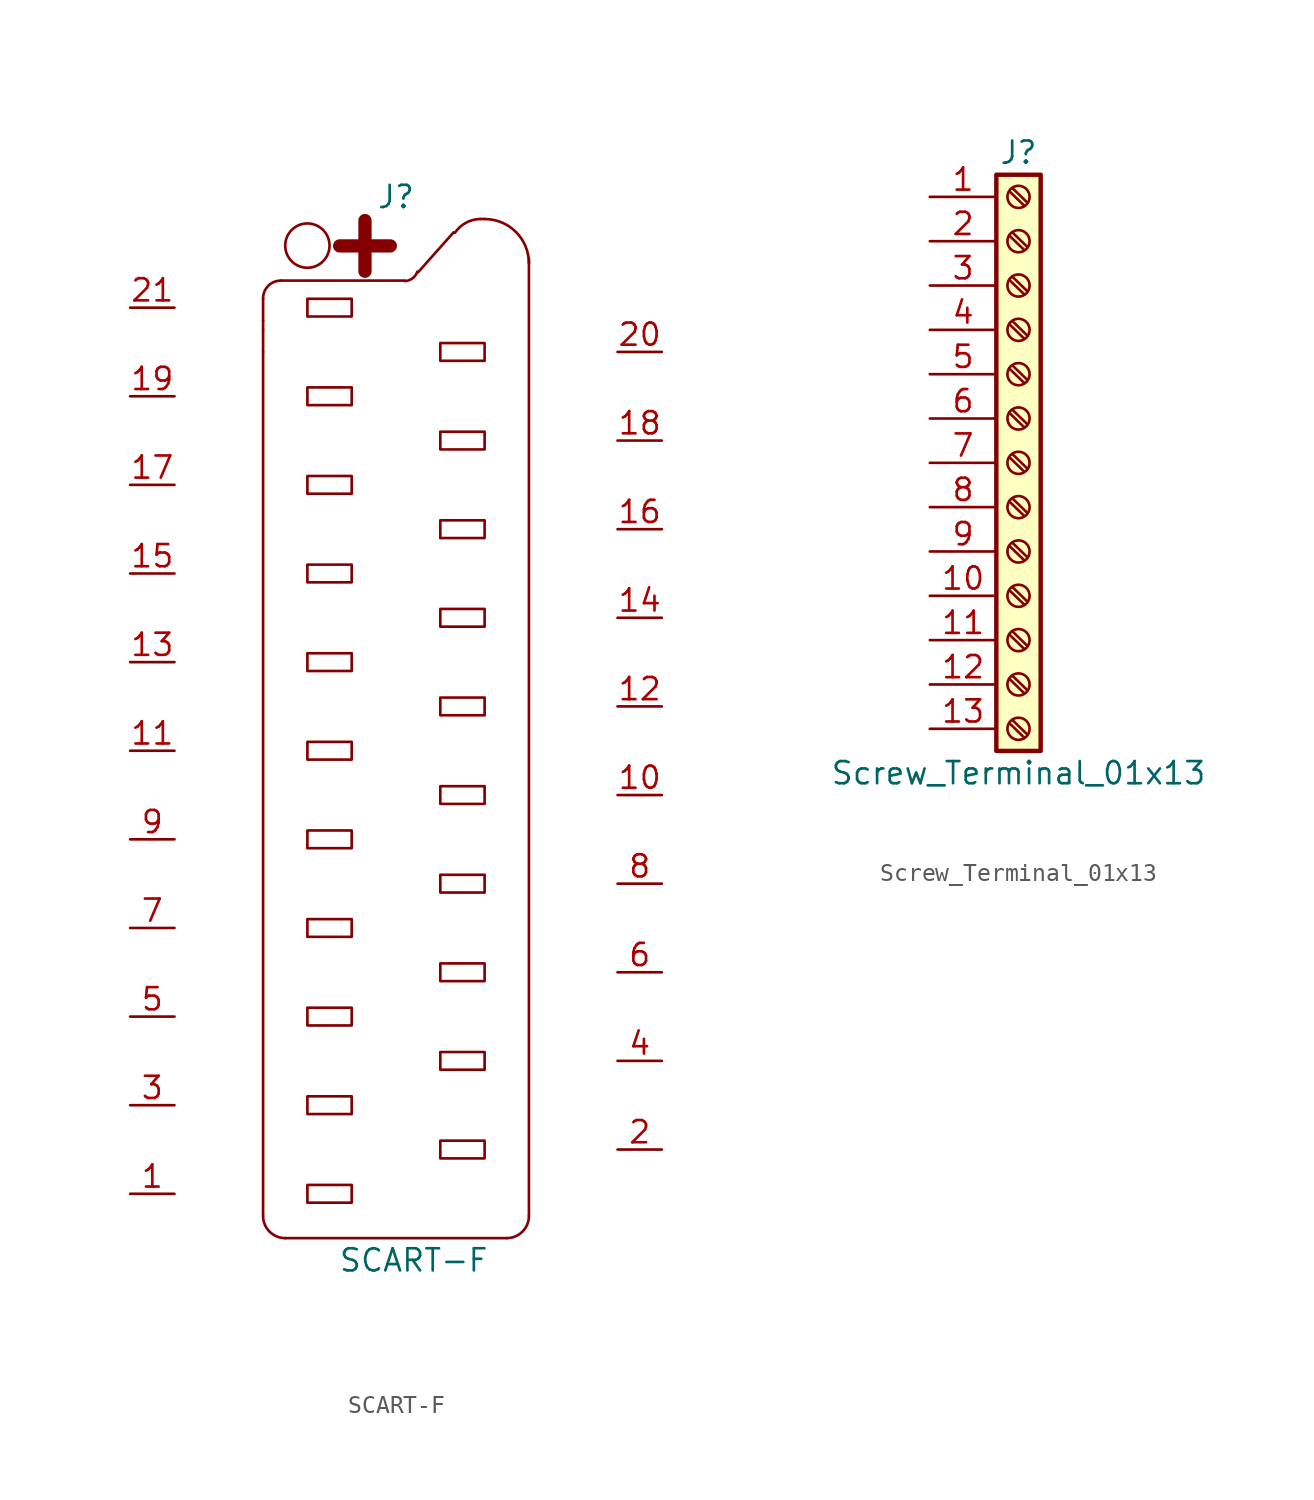
<source format=kicad_sym>
(kicad_symbol_lib
  (version 20201005)
  (generator kicad_symbol_editor)
  (symbol "SCART-F"
    (pin_names
      (offset 0.762) hide)
    (property "Reference" "J"
      (at 0 31.75 0)
      (effects (font (size 1.27 1.27))))
    (property "Value" "SCART-F"
      (at 1.016 -29.21 0)
      (effects (font (size 1.27 1.27))))
    (symbol "SCART-F_0_1"
      (arc (start -6.604 26.9494) (end -7.62 25.9334) (radius (at -6.604 25.9334) (length 1.016) (angles 89.9 -179.9)) (stroke (width 0)) (fill (type none)))
      (arc (start -7.62 -26.67) (end -6.35 -27.94) (radius (at -6.35 -26.67) (length 1.27) (angles 179.9 -89.9)) (stroke (width 0)) (fill (type none)))
      (arc (start 0.508 26.924) (end 1.2192 27.4574) (radius (at 0.508 27.686) (length 0.762) (angles -90.1 -18.3)) (stroke (width 0)) (fill (type none)))
      (arc (start 4.826 30.48) (end 3.3782 29.6926) (radius (at 4.826 28.7274) (length 1.7526) (angles 89.9 146.4)) (stroke (width 0)) (fill (type none)))
      (arc (start 7.62 27.94) (end 5.08 30.48) (radius (at 5.08 27.94) (length 2.54) (angles -0.1 90.1)) (stroke (width 0)) (fill (type none)))
      (arc (start 6.35 -27.94) (end 7.62 -26.67) (radius (at 6.35 -26.67) (length 1.27) (angles -90.1 0.1)) (stroke (width 0)) (fill (type none)))
      (circle (center -5.08 28.956) (radius 1.27) (stroke (width 0)) (fill (type none)))
      (text "+" (at -1.778 29.21 0) (effects (font (size 3.81 3.81) bold)))
      (rectangle (start -5.08 -24.892) (end -2.54 -25.908) (stroke (width 0)) (fill (type none)))
      (rectangle (start -5.08 -19.812) (end -2.54 -20.828) (stroke (width 0)) (fill (type none)))
      (rectangle (start -5.08 -14.732) (end -2.54 -15.748) (stroke (width 0)) (fill (type none)))
      (rectangle (start -5.08 -9.652) (end -2.54 -10.668) (stroke (width 0)) (fill (type none)))
      (rectangle (start -5.08 -4.572) (end -2.54 -5.588) (stroke (width 0)) (fill (type none)))
      (rectangle (start -5.08 0.508) (end -2.54 -0.508) (stroke (width 0)) (fill (type none)))
      (rectangle (start -5.08 5.588) (end -2.54 4.572) (stroke (width 0)) (fill (type none)))
      (rectangle (start -5.08 10.668) (end -2.54 9.652) (stroke (width 0)) (fill (type none)))
      (rectangle (start -5.08 15.748) (end -2.54 14.732) (stroke (width 0)) (fill (type none)))
      (rectangle (start -5.08 20.828) (end -2.54 19.812) (stroke (width 0)) (fill (type none)))
      (rectangle (start -5.08 25.908) (end -2.54 24.892) (stroke (width 0)) (fill (type none)))
      (rectangle (start 2.54 -22.352) (end 5.08 -23.368) (stroke (width 0)) (fill (type none)))
      (rectangle (start 2.54 -17.272) (end 5.08 -18.288) (stroke (width 0)) (fill (type none)))
      (rectangle (start 2.54 -12.192) (end 5.08 -13.208) (stroke (width 0)) (fill (type none)))
      (rectangle (start 2.54 -7.112) (end 5.08 -8.128) (stroke (width 0)) (fill (type none)))
      (rectangle (start 2.54 -2.032) (end 5.08 -3.048) (stroke (width 0)) (fill (type none)))
      (rectangle (start 2.54 3.048) (end 5.08 2.032) (stroke (width 0)) (fill (type none)))
      (rectangle (start 2.54 8.128) (end 5.08 7.112) (stroke (width 0)) (fill (type none)))
      (rectangle (start 2.54 13.208) (end 5.08 12.192) (stroke (width 0)) (fill (type none)))
      (rectangle (start 2.54 18.288) (end 5.08 17.272) (stroke (width 0)) (fill (type none)))
      (rectangle (start 2.54 23.368) (end 5.08 22.352) (stroke (width 0)) (fill (type none)))
      (polyline (pts (xy -7.62 22.86) (xy -7.62 -26.67)) (stroke (width 0)) (fill (type none)))
      (polyline (pts (xy -7.62 22.86) (xy -7.62 24.13)) (stroke (width 0)) (fill (type none)))
      (polyline (pts (xy -7.62 24.663) (xy -7.62 24.13)) (stroke (width 0)) (fill (type none)))
      (polyline (pts (xy -7.62 24.663) (xy -7.62 25.933)) (stroke (width 0)) (fill (type none)))
      (polyline (pts (xy -6.604 26.949) (xy 0.508 26.949)) (stroke (width 0)) (fill (type none)))
      (polyline (pts (xy -6.35 -27.94) (xy 6.35 -27.94)) (stroke (width 0)) (fill (type none)))
      (polyline (pts (xy 3.302 29.718) (xy 1.27 27.432)) (stroke (width 0)) (fill (type none)))
      (polyline (pts (xy 4.826 30.48) (xy 5.08 30.48)) (stroke (width 0)) (fill (type none)))
      (polyline (pts (xy 7.62 -26.67) (xy 7.62 28.219)) (stroke (width 0)) (fill (type none))))
    (symbol "SCART-F_1_1"
      (pin passive line (at -15.24 -25.4 0) (length 2.54) (name "P1" (effects (font (size 1.27 1.27)))) (number "1" (effects (font (size 1.27 1.27)))))
      (pin passive line (at 15.24 -2.54 180) (length 2.54) (name "P10" (effects (font (size 1.27 1.27)))) (number "10" (effects (font (size 1.27 1.27)))))
      (pin passive line (at -15.24 0 0) (length 2.54) (name "P11" (effects (font (size 1.27 1.27)))) (number "11" (effects (font (size 1.27 1.27)))))
      (pin passive line (at 15.24 2.54 180) (length 2.54) (name "P12" (effects (font (size 1.27 1.27)))) (number "12" (effects (font (size 1.27 1.27)))))
      (pin passive line (at -15.24 5.08 0) (length 2.54) (name "P13" (effects (font (size 1.27 1.27)))) (number "13" (effects (font (size 1.27 1.27)))))
      (pin passive line (at 15.24 7.62 180) (length 2.54) (name "P14" (effects (font (size 1.27 1.27)))) (number "14" (effects (font (size 1.27 1.27)))))
      (pin passive line (at -15.24 10.16 0) (length 2.54) (name "P15" (effects (font (size 1.27 1.27)))) (number "15" (effects (font (size 1.27 1.27)))))
      (pin passive line (at 15.24 12.7 180) (length 2.54) (name "P16" (effects (font (size 1.27 1.27)))) (number "16" (effects (font (size 1.27 1.27)))))
      (pin passive line (at -15.24 15.24 0) (length 2.54) (name "P17" (effects (font (size 1.27 1.27)))) (number "17" (effects (font (size 1.27 1.27)))))
      (pin passive line (at 15.24 17.78 180) (length 2.54) (name "P18" (effects (font (size 1.27 1.27)))) (number "18" (effects (font (size 1.27 1.27)))))
      (pin passive line (at -15.24 20.32 0) (length 2.54) (name "P19" (effects (font (size 1.27 1.27)))) (number "19" (effects (font (size 1.27 1.27)))))
      (pin passive line (at 15.24 -22.86 180) (length 2.54) (name "P2" (effects (font (size 1.27 1.27)))) (number "2" (effects (font (size 1.27 1.27)))))
      (pin passive line (at 15.24 22.86 180) (length 2.54) (name "P20" (effects (font (size 1.27 1.27)))) (number "20" (effects (font (size 1.27 1.27)))))
      (pin passive line (at -15.24 25.4 0) (length 2.54) (name "P21" (effects (font (size 1.27 1.27)))) (number "21" (effects (font (size 1.27 1.27)))))
      (pin passive line (at -15.24 -20.32 0) (length 2.54) (name "P3" (effects (font (size 1.27 1.27)))) (number "3" (effects (font (size 1.27 1.27)))))
      (pin passive line (at 15.24 -17.78 180) (length 2.54) (name "P4" (effects (font (size 1.27 1.27)))) (number "4" (effects (font (size 1.27 1.27)))))
      (pin passive line (at -15.24 -15.24 0) (length 2.54) (name "P5" (effects (font (size 1.27 1.27)))) (number "5" (effects (font (size 1.27 1.27)))))
      (pin passive line (at 15.24 -12.7 180) (length 2.54) (name "P6" (effects (font (size 1.27 1.27)))) (number "6" (effects (font (size 1.27 1.27)))))
      (pin passive line (at -15.24 -10.16 0) (length 2.54) (name "P7" (effects (font (size 1.27 1.27)))) (number "7" (effects (font (size 1.27 1.27)))))
      (pin passive line (at 15.24 -7.62 180) (length 2.54) (name "P8" (effects (font (size 1.27 1.27)))) (number "8" (effects (font (size 1.27 1.27)))))
      (pin passive line (at -15.24 -5.08 0) (length 2.54) (name "P9" (effects (font (size 1.27 1.27)))) (number "9" (effects (font (size 1.27 1.27)))))))
  (symbol "Screw_Terminal_01x13"
    (pin_names
      (offset 1.016) hide)
    (property "Reference" "J"
      (at 0 17.78 0)
      (effects (font (size 1.27 1.27))))
    (property "Value" "Screw_Terminal_01x13"
      (at 0 -17.78 0)
      (effects (font (size 1.27 1.27))))
    (symbol "Screw_Terminal_01x13_1_1"
      (circle (center 0 -15.24) (radius 0.635) (stroke (width 0.152)) (fill (type none)))
      (circle (center 0 -12.7) (radius 0.635) (stroke (width 0.152)) (fill (type none)))
      (circle (center 0 -10.16) (radius 0.635) (stroke (width 0.152)) (fill (type none)))
      (circle (center 0 -7.62) (radius 0.635) (stroke (width 0.152)) (fill (type none)))
      (circle (center 0 -5.08) (radius 0.635) (stroke (width 0.152)) (fill (type none)))
      (circle (center 0 -2.54) (radius 0.635) (stroke (width 0.152)) (fill (type none)))
      (circle (center 0 0) (radius 0.635) (stroke (width 0.152)) (fill (type none)))
      (circle (center 0 2.54) (radius 0.635) (stroke (width 0.152)) (fill (type none)))
      (circle (center 0 5.08) (radius 0.635) (stroke (width 0.152)) (fill (type none)))
      (circle (center 0 7.62) (radius 0.635) (stroke (width 0.152)) (fill (type none)))
      (circle (center 0 10.16) (radius 0.635) (stroke (width 0.152)) (fill (type none)))
      (circle (center 0 12.7) (radius 0.635) (stroke (width 0.152)) (fill (type none)))
      (circle (center 0 15.24) (radius 0.635) (stroke (width 0.152)) (fill (type none)))
      (rectangle (start -1.27 16.51) (end 1.27 -16.51) (stroke (width 0.254)) (fill (type background)))
      (polyline (pts (xy -0.533 -14.91) (xy 0.33 -15.748)) (stroke (width 0.152)) (fill (type none)))
      (polyline (pts (xy -0.533 -12.37) (xy 0.33 -13.208)) (stroke (width 0.152)) (fill (type none)))
      (polyline (pts (xy -0.533 -9.83) (xy 0.33 -10.668)) (stroke (width 0.152)) (fill (type none)))
      (polyline (pts (xy -0.533 -7.29) (xy 0.33 -8.128)) (stroke (width 0.152)) (fill (type none)))
      (polyline (pts (xy -0.533 -4.75) (xy 0.33 -5.588)) (stroke (width 0.152)) (fill (type none)))
      (polyline (pts (xy -0.533 -2.21) (xy 0.33 -3.048)) (stroke (width 0.152)) (fill (type none)))
      (polyline (pts (xy -0.533 0.33) (xy 0.33 -0.508)) (stroke (width 0.152)) (fill (type none)))
      (polyline (pts (xy -0.533 2.87) (xy 0.33 2.032)) (stroke (width 0.152)) (fill (type none)))
      (polyline (pts (xy -0.533 5.41) (xy 0.33 4.572)) (stroke (width 0.152)) (fill (type none)))
      (polyline (pts (xy -0.533 7.95) (xy 0.33 7.112)) (stroke (width 0.152)) (fill (type none)))
      (polyline (pts (xy -0.533 10.49) (xy 0.33 9.652)) (stroke (width 0.152)) (fill (type none)))
      (polyline (pts (xy -0.533 13.03) (xy 0.33 12.192)) (stroke (width 0.152)) (fill (type none)))
      (polyline (pts (xy -0.533 15.57) (xy 0.33 14.732)) (stroke (width 0.152)) (fill (type none)))
      (polyline (pts (xy -0.356 -14.732) (xy 0.508 -15.57)) (stroke (width 0.152)) (fill (type none)))
      (polyline (pts (xy -0.356 -12.192) (xy 0.508 -13.03)) (stroke (width 0.152)) (fill (type none)))
      (polyline (pts (xy -0.356 -9.652) (xy 0.508 -10.49)) (stroke (width 0.152)) (fill (type none)))
      (polyline (pts (xy -0.356 -7.112) (xy 0.508 -7.95)) (stroke (width 0.152)) (fill (type none)))
      (polyline (pts (xy -0.356 -4.572) (xy 0.508 -5.41)) (stroke (width 0.152)) (fill (type none)))
      (polyline (pts (xy -0.356 -2.032) (xy 0.508 -2.87)) (stroke (width 0.152)) (fill (type none)))
      (polyline (pts (xy -0.356 0.508) (xy 0.508 -0.33)) (stroke (width 0.152)) (fill (type none)))
      (polyline (pts (xy -0.356 3.048) (xy 0.508 2.21)) (stroke (width 0.152)) (fill (type none)))
      (polyline (pts (xy -0.356 5.588) (xy 0.508 4.75)) (stroke (width 0.152)) (fill (type none)))
      (polyline (pts (xy -0.356 8.128) (xy 0.508 7.29)) (stroke (width 0.152)) (fill (type none)))
      (polyline (pts (xy -0.356 10.668) (xy 0.508 9.83)) (stroke (width 0.152)) (fill (type none)))
      (polyline (pts (xy -0.356 13.208) (xy 0.508 12.37)) (stroke (width 0.152)) (fill (type none)))
      (polyline (pts (xy -0.356 15.748) (xy 0.508 14.91)) (stroke (width 0.152)) (fill (type none)))
      (pin passive line (at -5.08 15.24 0) (length 3.81) (name "Pin_1" (effects (font (size 1.27 1.27)))) (number "1" (effects (font (size 1.27 1.27)))))
      (pin passive line (at -5.08 -7.62 0) (length 3.81) (name "Pin_10" (effects (font (size 1.27 1.27)))) (number "10" (effects (font (size 1.27 1.27)))))
      (pin passive line (at -5.08 -10.16 0) (length 3.81) (name "Pin_11" (effects (font (size 1.27 1.27)))) (number "11" (effects (font (size 1.27 1.27)))))
      (pin passive line (at -5.08 -12.7 0) (length 3.81) (name "Pin_12" (effects (font (size 1.27 1.27)))) (number "12" (effects (font (size 1.27 1.27)))))
      (pin passive line (at -5.08 -15.24 0) (length 3.81) (name "Pin_13" (effects (font (size 1.27 1.27)))) (number "13" (effects (font (size 1.27 1.27)))))
      (pin passive line (at -5.08 12.7 0) (length 3.81) (name "Pin_2" (effects (font (size 1.27 1.27)))) (number "2" (effects (font (size 1.27 1.27)))))
      (pin passive line (at -5.08 10.16 0) (length 3.81) (name "Pin_3" (effects (font (size 1.27 1.27)))) (number "3" (effects (font (size 1.27 1.27)))))
      (pin passive line (at -5.08 7.62 0) (length 3.81) (name "Pin_4" (effects (font (size 1.27 1.27)))) (number "4" (effects (font (size 1.27 1.27)))))
      (pin passive line (at -5.08 5.08 0) (length 3.81) (name "Pin_5" (effects (font (size 1.27 1.27)))) (number "5" (effects (font (size 1.27 1.27)))))
      (pin passive line (at -5.08 2.54 0) (length 3.81) (name "Pin_6" (effects (font (size 1.27 1.27)))) (number "6" (effects (font (size 1.27 1.27)))))
      (pin passive line (at -5.08 0 0) (length 3.81) (name "Pin_7" (effects (font (size 1.27 1.27)))) (number "7" (effects (font (size 1.27 1.27)))))
      (pin passive line (at -5.08 -2.54 0) (length 3.81) (name "Pin_8" (effects (font (size 1.27 1.27)))) (number "8" (effects (font (size 1.27 1.27)))))
      (pin passive line (at -5.08 -5.08 0) (length 3.81) (name "Pin_9" (effects (font (size 1.27 1.27)))) (number "9" (effects (font (size 1.27 1.27))))))))
</source>
